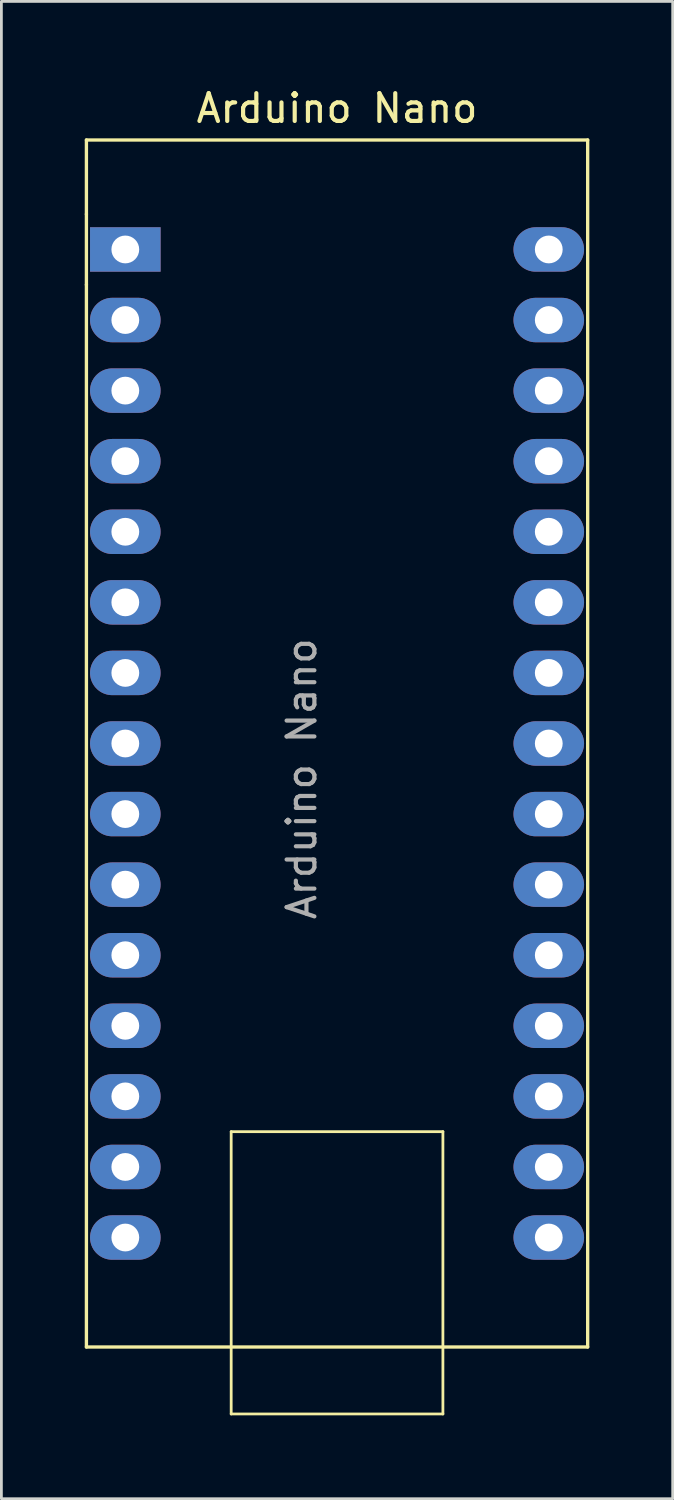
<source format=kicad_pcb>
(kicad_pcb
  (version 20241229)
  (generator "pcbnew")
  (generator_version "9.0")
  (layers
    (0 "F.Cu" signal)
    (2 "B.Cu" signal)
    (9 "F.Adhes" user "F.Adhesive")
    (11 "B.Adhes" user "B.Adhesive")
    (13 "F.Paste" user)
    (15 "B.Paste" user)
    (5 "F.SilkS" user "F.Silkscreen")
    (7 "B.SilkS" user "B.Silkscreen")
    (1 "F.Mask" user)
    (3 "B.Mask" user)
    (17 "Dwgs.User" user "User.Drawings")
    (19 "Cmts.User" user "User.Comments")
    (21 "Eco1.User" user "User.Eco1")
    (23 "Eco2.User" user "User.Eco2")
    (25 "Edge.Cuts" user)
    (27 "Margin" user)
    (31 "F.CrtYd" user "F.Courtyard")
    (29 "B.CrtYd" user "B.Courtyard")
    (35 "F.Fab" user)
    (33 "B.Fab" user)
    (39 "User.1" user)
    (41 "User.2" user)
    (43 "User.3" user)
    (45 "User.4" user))
  (footprint "Arduino Nano"
    (layer "F.Cu")
    (at 1.46 5.928)
    (property "Reference" "Arduino Nano" (at 7.62 -5.08 0) (layer "F.SilkS") (effects (font (size 1 1) (thickness 0.15))))
    (attr through_hole)
    (fp_line (start -1.4 -3.94) (end -1.4 -1.27) (stroke (width 0.12) (type solid)) (layer "F.SilkS"))
    (fp_line (start -1.4 -1.27) (end -1.4 1.27) (stroke (width 0.12) (type solid)) (layer "F.SilkS"))
    (fp_line (start -1.4 1.27) (end -1.4 39.5) (stroke (width 0.12) (type solid)) (layer "F.SilkS"))
    (fp_line (start -1.4 39.5) (end 16.64 39.5) (stroke (width 0.12) (type solid)) (layer "F.SilkS"))
    (fp_line (start 3.81 31.75) (end 11.43 31.75) (stroke (width 0.1) (type solid)) (layer "F.SilkS"))
    (fp_line (start 3.81 41.91) (end 3.81 31.75) (stroke (width 0.1) (type solid)) (layer "F.SilkS"))
    (fp_line (start 11.43 31.75) (end 11.43 41.91) (stroke (width 0.1) (type solid)) (layer "F.SilkS"))
    (fp_line (start 11.43 41.91) (end 3.81 41.91) (stroke (width 0.1) (type solid)) (layer "F.SilkS"))
    (fp_line (start 16.64 -3.94) (end -1.4 -3.94) (stroke (width 0.12) (type solid)) (layer "F.SilkS"))
    (fp_line (start 16.64 39.5) (end 16.64 -3.94) (stroke (width 0.12) (type solid)) (layer "F.SilkS"))
    (fp_text user "${REFERENCE}" (at 6.35 19.05 90) (layer "F.Fab") (effects (font (size 1 1) (thickness 0.15))))
    (pad "1" thru_hole rect (at 0 0) (size 2.54 1.6) (drill 1) (layers "*.Cu" "*.Mask"))
    (pad "2" thru_hole oval (at 0 2.54) (size 2.54 1.6) (drill 1) (layers "*.Cu" "*.Mask"))
    (pad "3" thru_hole oval (at 0 5.08) (size 2.54 1.6) (drill 1) (layers "*.Cu" "*.Mask"))
    (pad "4" thru_hole oval (at 0 7.62) (size 2.54 1.6) (drill 1) (layers "*.Cu" "*.Mask"))
    (pad "5" thru_hole oval (at 0 10.16) (size 2.54 1.6) (drill 1) (layers "*.Cu" "*.Mask"))
    (pad "6" thru_hole oval (at 0 12.7) (size 2.54 1.6) (drill 1) (layers "*.Cu" "*.Mask"))
    (pad "7" thru_hole oval (at 0 15.24) (size 2.54 1.6) (drill 1) (layers "*.Cu" "*.Mask"))
    (pad "8" thru_hole oval (at 0 17.78) (size 2.54 1.6) (drill 1) (layers "*.Cu" "*.Mask"))
    (pad "9" thru_hole oval (at 0 20.32) (size 2.54 1.6) (drill 1) (layers "*.Cu" "*.Mask"))
    (pad "10" thru_hole oval (at 0 22.86) (size 2.54 1.6) (drill 1) (layers "*.Cu" "*.Mask"))
    (pad "11" thru_hole oval (at 0 25.4) (size 2.54 1.6) (drill 1) (layers "*.Cu" "*.Mask"))
    (pad "12" thru_hole oval (at 0 27.94) (size 2.54 1.6) (drill 1) (layers "*.Cu" "*.Mask"))
    (pad "13" thru_hole oval (at 0 30.48) (size 2.54 1.6) (drill 1) (layers "*.Cu" "*.Mask"))
    (pad "14" thru_hole oval (at 0 33.02) (size 2.54 1.6) (drill 1) (layers "*.Cu" "*.Mask"))
    (pad "15" thru_hole oval (at 0 35.56) (size 2.54 1.6) (drill 1) (layers "*.Cu" "*.Mask"))
    (pad "16" thru_hole oval (at 15.24 35.56) (size 2.54 1.6) (drill 1) (layers "*.Cu" "*.Mask"))
    (pad "17" thru_hole oval (at 15.24 33.02) (size 2.54 1.6) (drill 1) (layers "*.Cu" "*.Mask"))
    (pad "18" thru_hole oval (at 15.24 30.48) (size 2.54 1.6) (drill 1) (layers "*.Cu" "*.Mask"))
    (pad "19" thru_hole oval (at 15.24 27.94) (size 2.54 1.6) (drill 1) (layers "*.Cu" "*.Mask"))
    (pad "20" thru_hole oval (at 15.24 25.4) (size 2.54 1.6) (drill 1) (layers "*.Cu" "*.Mask"))
    (pad "21" thru_hole oval (at 15.24 22.86) (size 2.54 1.6) (drill 1) (layers "*.Cu" "*.Mask"))
    (pad "22" thru_hole oval (at 15.24 20.32) (size 2.54 1.6) (drill 1) (layers "*.Cu" "*.Mask"))
    (pad "23" thru_hole oval (at 15.24 17.78) (size 2.54 1.6) (drill 1) (layers "*.Cu" "*.Mask"))
    (pad "24" thru_hole oval (at 15.24 15.24) (size 2.54 1.6) (drill 1) (layers "*.Cu" "*.Mask"))
    (pad "25" thru_hole oval (at 15.24 12.7) (size 2.54 1.6) (drill 1) (layers "*.Cu" "*.Mask"))
    (pad "26" thru_hole oval (at 15.24 10.16) (size 2.54 1.6) (drill 1) (layers "*.Cu" "*.Mask"))
    (pad "27" thru_hole oval (at 15.24 7.62) (size 2.54 1.6) (drill 1) (layers "*.Cu" "*.Mask"))
    (pad "28" thru_hole oval (at 15.24 5.08) (size 2.54 1.6) (drill 1) (layers "*.Cu" "*.Mask"))
    (pad "29" thru_hole oval (at 15.24 2.54) (size 2.54 1.6) (drill 1) (layers "*.Cu" "*.Mask"))
    (pad "30" thru_hole oval (at 15.24 0) (size 2.54 1.6) (drill 1) (layers "*.Cu" "*.Mask")))
  (gr_rect
    (start -3 -3)
    (end 21.16 50.888)
    (stroke (width 0.1) (type default))
    (fill no)
    (layer "Edge.Cuts")))
</source>
